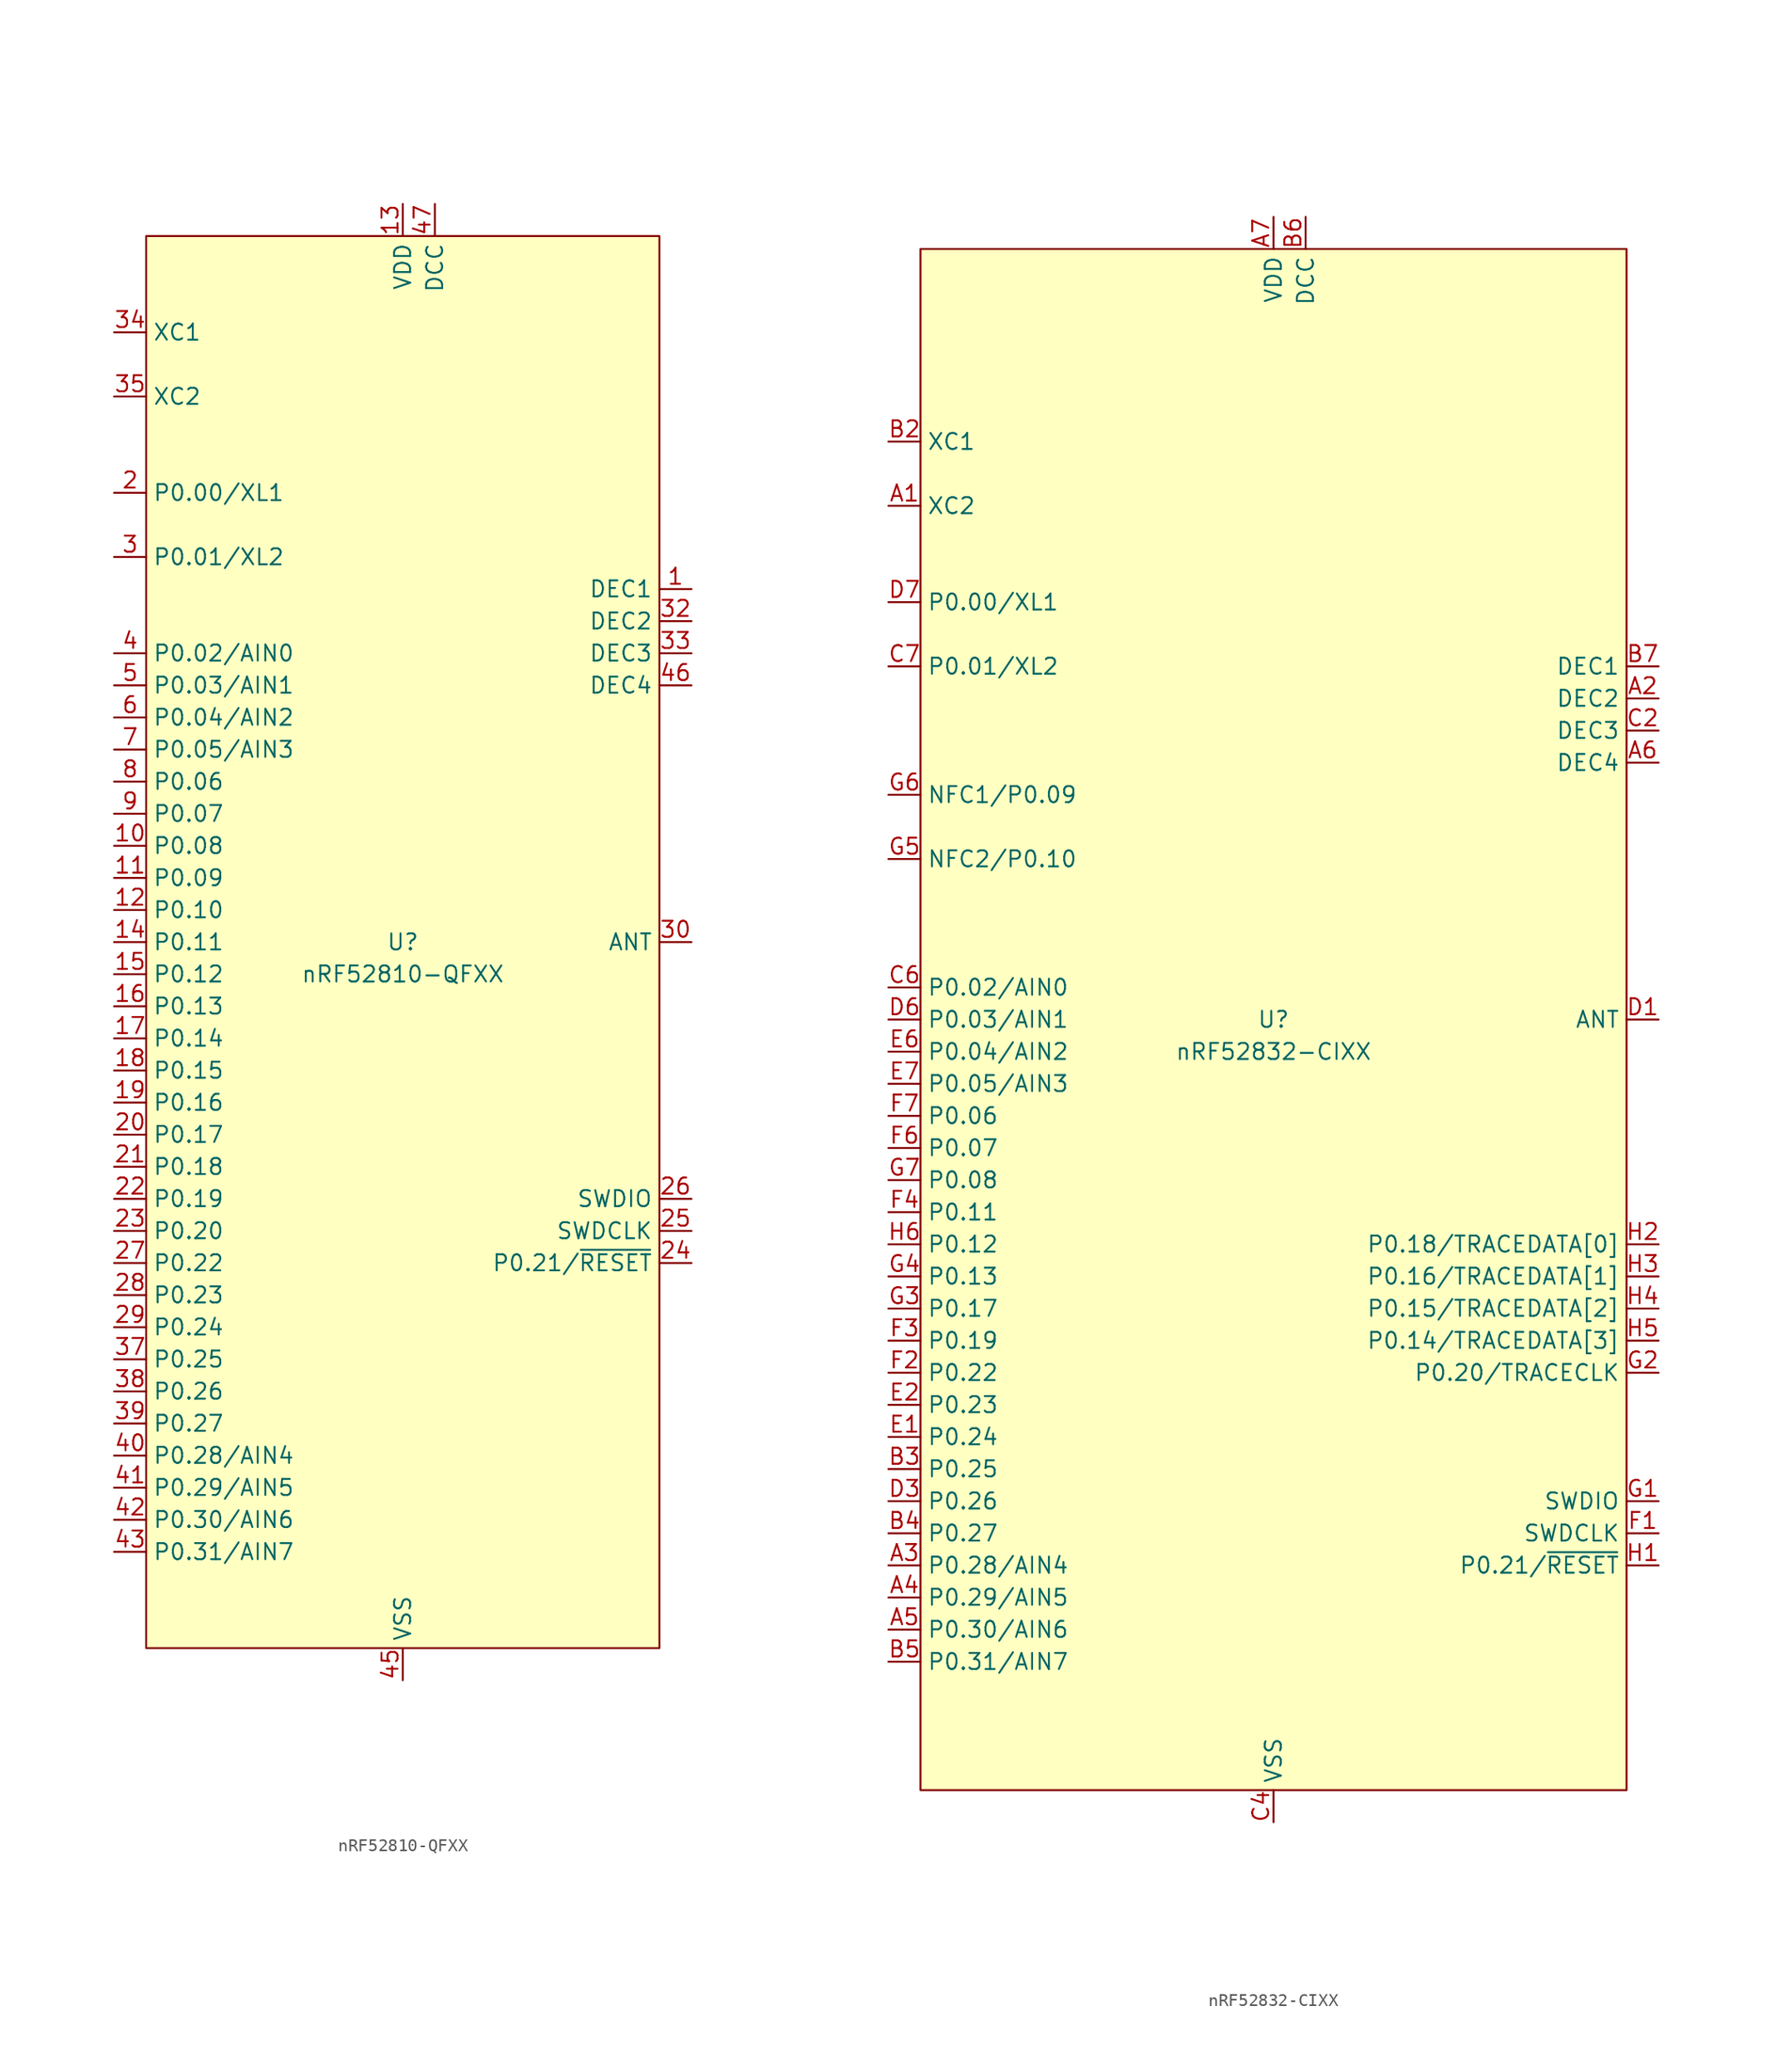
<source format=kicad_sym>
(kicad_symbol_lib
  (version 20241209)
  (generator "kicad_symbol_editor")
  (generator_version "9.0")
  (symbol "nRF52810-QFXX"
    (property "Reference" "U"
      (at 0 0 0)
      (do_not_autoplace)
      (effects (font (size 1.27 1.27))))
    (property "Value" "nRF52810-QFXX"
      (at 0 -2.54 0)
      (do_not_autoplace)
      (effects (font (size 1.27 1.27))))
    (symbol "nRF52810-QFXX_0_0"
      (pin passive line (at -22.86 48.26 0) (length 2.54) (name "XC1" (effects (font (size 1.27 1.27)))) (number "34" (effects (font (size 1.27 1.27)))))
      (pin passive line (at -22.86 43.18 0) (length 2.54) (name "XC2" (effects (font (size 1.27 1.27)))) (number "35" (effects (font (size 1.27 1.27)))))
      (pin tri_state line (at -22.86 35.56 0) (length 2.54) (name "P0.00/XL1" (effects (font (size 1.27 1.27)))) (number "2" (effects (font (size 1.27 1.27)))))
      (pin tri_state line (at -22.86 30.48 0) (length 2.54) (name "P0.01/XL2" (effects (font (size 1.27 1.27)))) (number "3" (effects (font (size 1.27 1.27)))))
      (pin tri_state line (at -22.86 22.86 0) (length 2.54) (name "P0.02/AIN0" (effects (font (size 1.27 1.27)))) (number "4" (effects (font (size 1.27 1.27)))))
      (pin tri_state line (at -22.86 20.32 0) (length 2.54) (name "P0.03/AIN1" (effects (font (size 1.27 1.27)))) (number "5" (effects (font (size 1.27 1.27)))))
      (pin tri_state line (at -22.86 17.78 0) (length 2.54) (name "P0.04/AIN2" (effects (font (size 1.27 1.27)))) (number "6" (effects (font (size 1.27 1.27)))))
      (pin tri_state line (at -22.86 15.24 0) (length 2.54) (name "P0.05/AIN3" (effects (font (size 1.27 1.27)))) (number "7" (effects (font (size 1.27 1.27)))))
      (pin tri_state line (at -22.86 12.7 0) (length 2.54) (name "P0.06" (effects (font (size 1.27 1.27)))) (number "8" (effects (font (size 1.27 1.27)))))
      (pin tri_state line (at -22.86 10.16 0) (length 2.54) (name "P0.07" (effects (font (size 1.27 1.27)))) (number "9" (effects (font (size 1.27 1.27)))))
      (pin tri_state line (at -22.86 7.62 0) (length 2.54) (name "P0.08" (effects (font (size 1.27 1.27)))) (number "10" (effects (font (size 1.27 1.27)))))
      (pin tri_state line (at -22.86 5.08 0) (length 2.54) (name "P0.09" (effects (font (size 1.27 1.27)))) (number "11" (effects (font (size 1.27 1.27)))))
      (pin tri_state line (at -22.86 2.54 0) (length 2.54) (name "P0.10" (effects (font (size 1.27 1.27)))) (number "12" (effects (font (size 1.27 1.27)))))
      (pin tri_state line (at -22.86 0 0) (length 2.54) (name "P0.11" (effects (font (size 1.27 1.27)))) (number "14" (effects (font (size 1.27 1.27)))))
      (pin tri_state line (at -22.86 -2.54 0) (length 2.54) (name "P0.12" (effects (font (size 1.27 1.27)))) (number "15" (effects (font (size 1.27 1.27)))))
      (pin tri_state line (at -22.86 -5.08 0) (length 2.54) (name "P0.13" (effects (font (size 1.27 1.27)))) (number "16" (effects (font (size 1.27 1.27)))))
      (pin tri_state line (at -22.86 -7.62 0) (length 2.54) (name "P0.14" (effects (font (size 1.27 1.27)))) (number "17" (effects (font (size 1.27 1.27)))))
      (pin tri_state line (at -22.86 -10.16 0) (length 2.54) (name "P0.15" (effects (font (size 1.27 1.27)))) (number "18" (effects (font (size 1.27 1.27)))))
      (pin tri_state line (at -22.86 -12.7 0) (length 2.54) (name "P0.16" (effects (font (size 1.27 1.27)))) (number "19" (effects (font (size 1.27 1.27)))))
      (pin tri_state line (at -22.86 -15.24 0) (length 2.54) (name "P0.17" (effects (font (size 1.27 1.27)))) (number "20" (effects (font (size 1.27 1.27)))))
      (pin tri_state line (at -22.86 -17.78 0) (length 2.54) (name "P0.18" (effects (font (size 1.27 1.27)))) (number "21" (effects (font (size 1.27 1.27)))))
      (pin tri_state line (at -22.86 -20.32 0) (length 2.54) (name "P0.19" (effects (font (size 1.27 1.27)))) (number "22" (effects (font (size 1.27 1.27)))))
      (pin tri_state line (at -22.86 -22.86 0) (length 2.54) (name "P0.20" (effects (font (size 1.27 1.27)))) (number "23" (effects (font (size 1.27 1.27)))))
      (pin tri_state line (at -22.86 -25.4 0) (length 2.54) (name "P0.22" (effects (font (size 1.27 1.27)))) (number "27" (effects (font (size 1.27 1.27)))))
      (pin tri_state line (at -22.86 -27.94 0) (length 2.54) (name "P0.23" (effects (font (size 1.27 1.27)))) (number "28" (effects (font (size 1.27 1.27)))))
      (pin tri_state line (at -22.86 -30.48 0) (length 2.54) (name "P0.24" (effects (font (size 1.27 1.27)))) (number "29" (effects (font (size 1.27 1.27)))))
      (pin tri_state line (at -22.86 -33.02 0) (length 2.54) (name "P0.25" (effects (font (size 1.27 1.27)))) (number "37" (effects (font (size 1.27 1.27)))))
      (pin tri_state line (at -22.86 -35.56 0) (length 2.54) (name "P0.26" (effects (font (size 1.27 1.27)))) (number "38" (effects (font (size 1.27 1.27)))))
      (pin tri_state line (at -22.86 -38.1 0) (length 2.54) (name "P0.27" (effects (font (size 1.27 1.27)))) (number "39" (effects (font (size 1.27 1.27)))))
      (pin tri_state line (at -22.86 -40.64 0) (length 2.54) (name "P0.28/AIN4" (effects (font (size 1.27 1.27)))) (number "40" (effects (font (size 1.27 1.27)))))
      (pin tri_state line (at -22.86 -43.18 0) (length 2.54) (name "P0.29/AIN5" (effects (font (size 1.27 1.27)))) (number "41" (effects (font (size 1.27 1.27)))))
      (pin tri_state line (at -22.86 -45.72 0) (length 2.54) (name "P0.30/AIN6" (effects (font (size 1.27 1.27)))) (number "42" (effects (font (size 1.27 1.27)))))
      (pin tri_state line (at -22.86 -48.26 0) (length 2.54) (name "P0.31/AIN7" (effects (font (size 1.27 1.27)))) (number "43" (effects (font (size 1.27 1.27)))))
      (pin power_in line (at 0 58.42 270) (length 2.54) (name "VDD" (effects (font (size 1.27 1.27)))) (number "13" (effects (font (size 1.27 1.27)))))
      (pin passive line (at 0 -58.42 90) (length 2.54) (name "VSS" (effects (font (size 1.27 1.27)))) (number "45" (effects (font (size 1.27 1.27)))))
      (pin output line (at 2.54 58.42 270) (length 2.54) (name "DCC" (effects (font (size 1.27 1.27)))) (number "47" (effects (font (size 1.27 1.27)))))
      (pin passive line (at 22.86 27.94 180) (length 2.54) (name "DEC1" (effects (font (size 1.27 1.27)))) (number "1" (effects (font (size 1.27 1.27)))))
      (pin passive line (at 22.86 25.4 180) (length 2.54) (name "DEC2" (effects (font (size 1.27 1.27)))) (number "32" (effects (font (size 1.27 1.27)))))
      (pin passive line (at 22.86 22.86 180) (length 2.54) (name "DEC3" (effects (font (size 1.27 1.27)))) (number "33" (effects (font (size 1.27 1.27)))))
      (pin passive line (at 22.86 20.32 180) (length 2.54) (name "DEC4" (effects (font (size 1.27 1.27)))) (number "46" (effects (font (size 1.27 1.27)))))
      (pin output line (at 22.86 0 180) (length 2.54) (name "ANT" (effects (font (size 1.27 1.27)))) (number "30" (effects (font (size 1.27 1.27)))))
      (pin bidirectional line (at 22.86 -20.32 180) (length 2.54) (name "SWDIO" (effects (font (size 1.27 1.27)))) (number "26" (effects (font (size 1.27 1.27)))))
      (pin bidirectional line (at 22.86 -22.86 180) (length 2.54) (name "SWDCLK" (effects (font (size 1.27 1.27)))) (number "25" (effects (font (size 1.27 1.27))))))
    (symbol "nRF52810-QFXX_1_0"
      (pin power_in line (at 0 58.42 270) (length 2.54) (hide yes) (name "VDD" (effects (font (size 1.27 1.27)))) (number "36" (effects (font (size 1.27 1.27)))))
      (pin power_in line (at 0 58.42 270) (length 2.54) (hide yes) (name "VDD" (effects (font (size 1.27 1.27)))) (number "48" (effects (font (size 1.27 1.27)))))
      (pin passive line (at 0 -58.42 90) (length 2.54) (hide yes) (name "VSS" (effects (font (size 1.27 1.27)))) (number "31" (effects (font (size 1.27 1.27)))))
      (pin free line (at 0 -58.42 90) (length 2.54) (hide yes) (name "NC" (effects (font (size 1.27 1.27)))) (number "44" (effects (font (size 1.27 1.27)))))
      (pin unspecified line (at 0 -58.42 90) (length 2.54) (hide yes) (name "EP" (effects (font (size 1.27 1.27)))) (number "49" (effects (font (size 1.27 1.27)))))
      (pin tri_state line (at 22.86 -25.4 180) (length 2.54) (name "P0.21/~{RESET}" (effects (font (size 1.27 1.27)))) (number "24" (effects (font (size 1.27 1.27))))))
    (symbol "nRF52810-QFXX_1_1"
      (rectangle (start -20.32 55.88) (end 20.32 -55.88) (stroke (width 0) (type default)) (fill (type background)))))
  (symbol "nRF52832-CIXX"
    (property "Reference" "U"
      (at 0 0 0)
      (do_not_autoplace)
      (effects (font (size 1.27 1.27))))
    (property "Value" "nRF52832-CIXX"
      (at 0 -2.54 0)
      (do_not_autoplace)
      (effects (font (size 1.27 1.27))))
    (symbol "nRF52832-CIXX_0_0"
      (pin unspecified line (at -30.48 45.72 0) (length 2.54) (name "XC1" (effects (font (size 1.27 1.27)))) (number "B2" (effects (font (size 1.27 1.27)))))
      (pin unspecified line (at -30.48 40.64 0) (length 2.54) (name "XC2" (effects (font (size 1.27 1.27)))) (number "A1" (effects (font (size 1.27 1.27)))))
      (pin unspecified line (at -30.48 33.02 0) (length 2.54) (name "P0.00/XL1" (effects (font (size 1.27 1.27)))) (number "D7" (effects (font (size 1.27 1.27)))))
      (pin unspecified line (at -30.48 27.94 0) (length 2.54) (name "P0.01/XL2" (effects (font (size 1.27 1.27)))) (number "C7" (effects (font (size 1.27 1.27)))))
      (pin unspecified line (at -30.48 17.78 0) (length 2.54) (name "NFC1/P0.09" (effects (font (size 1.27 1.27)))) (number "G6" (effects (font (size 1.27 1.27)))))
      (pin unspecified line (at -30.48 12.7 0) (length 2.54) (name "NFC2/P0.10" (effects (font (size 1.27 1.27)))) (number "G5" (effects (font (size 1.27 1.27)))))
      (pin unspecified line (at -30.48 2.54 0) (length 2.54) (name "P0.02/AIN0" (effects (font (size 1.27 1.27)))) (number "C6" (effects (font (size 1.27 1.27)))))
      (pin unspecified line (at -30.48 0 0) (length 2.54) (name "P0.03/AIN1" (effects (font (size 1.27 1.27)))) (number "D6" (effects (font (size 1.27 1.27)))))
      (pin unspecified line (at -30.48 -2.54 0) (length 2.54) (name "P0.04/AIN2" (effects (font (size 1.27 1.27)))) (number "E6" (effects (font (size 1.27 1.27)))))
      (pin unspecified line (at -30.48 -5.08 0) (length 2.54) (name "P0.05/AIN3" (effects (font (size 1.27 1.27)))) (number "E7" (effects (font (size 1.27 1.27)))))
      (pin unspecified line (at -30.48 -7.62 0) (length 2.54) (name "P0.06" (effects (font (size 1.27 1.27)))) (number "F7" (effects (font (size 1.27 1.27)))))
      (pin unspecified line (at -30.48 -10.16 0) (length 2.54) (name "P0.07" (effects (font (size 1.27 1.27)))) (number "F6" (effects (font (size 1.27 1.27)))))
      (pin unspecified line (at -30.48 -12.7 0) (length 2.54) (name "P0.08" (effects (font (size 1.27 1.27)))) (number "G7" (effects (font (size 1.27 1.27)))))
      (pin unspecified line (at -30.48 -15.24 0) (length 2.54) (name "P0.11" (effects (font (size 1.27 1.27)))) (number "F4" (effects (font (size 1.27 1.27)))))
      (pin unspecified line (at -30.48 -17.78 0) (length 2.54) (name "P0.12" (effects (font (size 1.27 1.27)))) (number "H6" (effects (font (size 1.27 1.27)))))
      (pin unspecified line (at -30.48 -20.32 0) (length 2.54) (name "P0.13" (effects (font (size 1.27 1.27)))) (number "G4" (effects (font (size 1.27 1.27)))))
      (pin unspecified line (at -30.48 -22.86 0) (length 2.54) (name "P0.17" (effects (font (size 1.27 1.27)))) (number "G3" (effects (font (size 1.27 1.27)))))
      (pin unspecified line (at -30.48 -25.4 0) (length 2.54) (name "P0.19" (effects (font (size 1.27 1.27)))) (number "F3" (effects (font (size 1.27 1.27)))))
      (pin unspecified line (at -30.48 -27.94 0) (length 2.54) (name "P0.22" (effects (font (size 1.27 1.27)))) (number "F2" (effects (font (size 1.27 1.27)))))
      (pin unspecified line (at -30.48 -30.48 0) (length 2.54) (name "P0.23" (effects (font (size 1.27 1.27)))) (number "E2" (effects (font (size 1.27 1.27)))))
      (pin unspecified line (at -30.48 -33.02 0) (length 2.54) (name "P0.24" (effects (font (size 1.27 1.27)))) (number "E1" (effects (font (size 1.27 1.27)))))
      (pin unspecified line (at -30.48 -35.56 0) (length 2.54) (name "P0.25" (effects (font (size 1.27 1.27)))) (number "B3" (effects (font (size 1.27 1.27)))))
      (pin unspecified line (at -30.48 -38.1 0) (length 2.54) (name "P0.26" (effects (font (size 1.27 1.27)))) (number "D3" (effects (font (size 1.27 1.27)))))
      (pin unspecified line (at -30.48 -40.64 0) (length 2.54) (name "P0.27" (effects (font (size 1.27 1.27)))) (number "B4" (effects (font (size 1.27 1.27)))))
      (pin unspecified line (at -30.48 -43.18 0) (length 2.54) (name "P0.28/AIN4" (effects (font (size 1.27 1.27)))) (number "A3" (effects (font (size 1.27 1.27)))))
      (pin unspecified line (at -30.48 -45.72 0) (length 2.54) (name "P0.29/AIN5" (effects (font (size 1.27 1.27)))) (number "A4" (effects (font (size 1.27 1.27)))))
      (pin unspecified line (at -30.48 -48.26 0) (length 2.54) (name "P0.30/AIN6" (effects (font (size 1.27 1.27)))) (number "A5" (effects (font (size 1.27 1.27)))))
      (pin unspecified line (at -30.48 -50.8 0) (length 2.54) (name "P0.31/AIN7" (effects (font (size 1.27 1.27)))) (number "B5" (effects (font (size 1.27 1.27)))))
      (pin unspecified line (at 0 63.5 270) (length 2.54) (name "VDD" (effects (font (size 1.27 1.27)))) (number "A7" (effects (font (size 1.27 1.27)))))
      (pin unspecified line (at 0 -63.5 90) (length 2.54) (name "VSS" (effects (font (size 1.27 1.27)))) (number "C4" (effects (font (size 1.27 1.27)))))
      (pin unspecified line (at 2.54 63.5 270) (length 2.54) (name "DCC" (effects (font (size 1.27 1.27)))) (number "B6" (effects (font (size 1.27 1.27)))))
      (pin unspecified line (at 30.48 0 180) (length 2.54) (name "ANT" (effects (font (size 1.27 1.27)))) (number "D1" (effects (font (size 1.27 1.27)))))
      (pin unspecified line (at 30.48 -17.78 180) (length 2.54) (name "P0.18/TRACEDATA[0]" (effects (font (size 1.27 1.27)))) (number "H2" (effects (font (size 1.27 1.27)))))
      (pin unspecified line (at 30.48 -20.32 180) (length 2.54) (name "P0.16/TRACEDATA[1]" (effects (font (size 1.27 1.27)))) (number "H3" (effects (font (size 1.27 1.27)))))
      (pin unspecified line (at 30.48 -22.86 180) (length 2.54) (name "P0.15/TRACEDATA[2]" (effects (font (size 1.27 1.27)))) (number "H4" (effects (font (size 1.27 1.27)))))
      (pin unspecified line (at 30.48 -25.4 180) (length 2.54) (name "P0.14/TRACEDATA[3]" (effects (font (size 1.27 1.27)))) (number "H5" (effects (font (size 1.27 1.27)))))
      (pin unspecified line (at 30.48 -27.94 180) (length 2.54) (name "P0.20/TRACECLK" (effects (font (size 1.27 1.27)))) (number "G2" (effects (font (size 1.27 1.27)))))
      (pin unspecified line (at 30.48 -38.1 180) (length 2.54) (name "SWDIO" (effects (font (size 1.27 1.27)))) (number "G1" (effects (font (size 1.27 1.27)))))
      (pin unspecified line (at 30.48 -40.64 180) (length 2.54) (name "SWDCLK" (effects (font (size 1.27 1.27)))) (number "F1" (effects (font (size 1.27 1.27))))))
    (symbol "nRF52832-CIXX_1_0"
      (pin unspecified line (at 0 63.5 270) (length 2.54) (hide yes) (name "VDD" (effects (font (size 1.27 1.27)))) (number "H7" (effects (font (size 1.27 1.27)))))
      (pin no_connect line (at 0 -15.24 0) (length 2.54) (hide yes) (name "NC" (effects (font (size 1.27 1.27)))) (number "C3" (effects (font (size 1.27 1.27)))))
      (pin unspecified line (at 0 -63.5 90) (length 2.54) (hide yes) (name "VSS" (effects (font (size 1.27 1.27)))) (number "C5" (effects (font (size 1.27 1.27)))))
      (pin unspecified line (at 0 -63.5 90) (length 2.54) (hide yes) (name "VSS_PA" (effects (font (size 1.27 1.27)))) (number "D2" (effects (font (size 1.27 1.27)))))
      (pin unspecified line (at 0 -63.5 90) (length 2.54) (hide yes) (name "VSS" (effects (font (size 1.27 1.27)))) (number "E3" (effects (font (size 1.27 1.27)))))
      (pin unspecified line (at 0 -63.5 90) (length 2.54) (hide yes) (name "VSS" (effects (font (size 1.27 1.27)))) (number "F5" (effects (font (size 1.27 1.27)))))
      (pin unspecified line (at 30.48 27.94 180) (length 2.54) (name "DEC1" (effects (font (size 1.27 1.27)))) (number "B7" (effects (font (size 1.27 1.27)))))
      (pin unspecified line (at 30.48 25.4 180) (length 2.54) (name "DEC2" (effects (font (size 1.27 1.27)))) (number "A2" (effects (font (size 1.27 1.27)))))
      (pin unspecified line (at 30.48 22.86 180) (length 2.54) (name "DEC3" (effects (font (size 1.27 1.27)))) (number "C2" (effects (font (size 1.27 1.27)))))
      (pin unspecified line (at 30.48 20.32 180) (length 2.54) (name "DEC4" (effects (font (size 1.27 1.27)))) (number "A6" (effects (font (size 1.27 1.27)))))
      (pin unspecified line (at 30.48 -43.18 180) (length 2.54) (name "P0.21/~{RESET}" (effects (font (size 1.27 1.27)))) (number "H1" (effects (font (size 1.27 1.27))))))
    (symbol "nRF52832-CIXX_1_1"
      (rectangle (start -27.94 60.96) (end 27.94 -60.96) (stroke (width 0) (type default)) (fill (type background))))))
</source>
